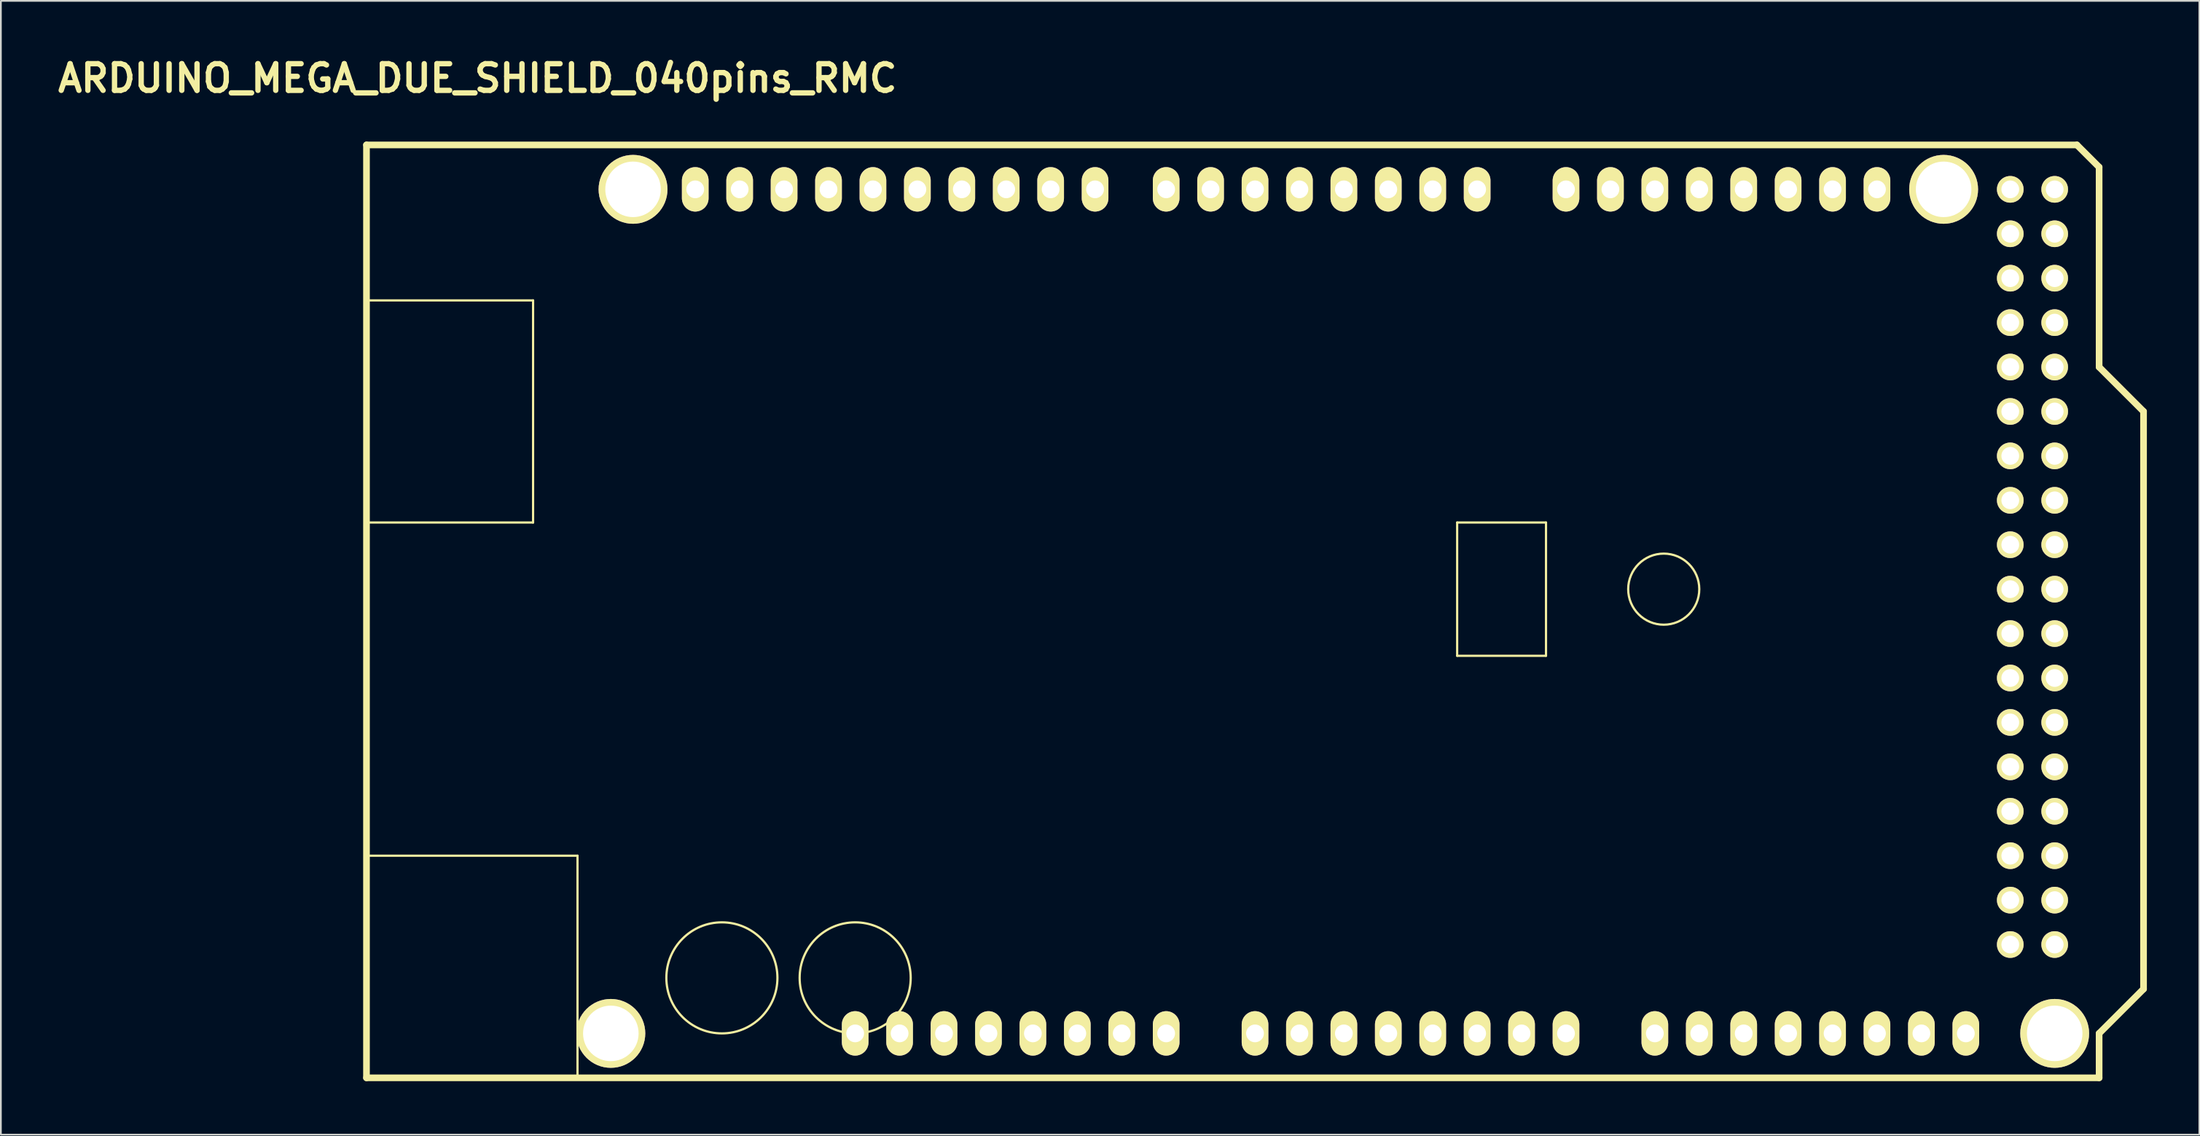
<source format=kicad_pcb>
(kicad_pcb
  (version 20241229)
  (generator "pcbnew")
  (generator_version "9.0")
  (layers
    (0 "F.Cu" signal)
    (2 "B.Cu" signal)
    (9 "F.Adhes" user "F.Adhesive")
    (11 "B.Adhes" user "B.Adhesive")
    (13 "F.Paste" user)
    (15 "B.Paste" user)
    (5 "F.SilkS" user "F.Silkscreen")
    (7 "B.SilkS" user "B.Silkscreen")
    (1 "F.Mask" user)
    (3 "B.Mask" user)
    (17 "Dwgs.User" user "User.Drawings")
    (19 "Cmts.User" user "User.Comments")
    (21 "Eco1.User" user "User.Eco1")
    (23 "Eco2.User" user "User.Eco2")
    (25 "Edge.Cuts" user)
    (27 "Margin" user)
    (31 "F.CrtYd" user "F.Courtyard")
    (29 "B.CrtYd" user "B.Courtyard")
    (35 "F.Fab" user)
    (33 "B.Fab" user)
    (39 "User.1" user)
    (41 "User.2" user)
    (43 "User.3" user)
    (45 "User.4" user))
  (footprint "ARDUINO_MEGA_DUE_SHIELD_040pins_RMC"
    (layer "F.Cu")
    (at 17.903 58.576)
    (property "Reference" "ARDUINO_MEGA_DUE_SHIELD_040pins_RMC" (at 6.35 -57.15 0) (layer "F.SilkS") (effects (font (size 1.524 1.524) (thickness 0.305))))
    (attr through_hole)
    (fp_line (start 0 -44.45) (end 9.525 -44.45) (stroke (width 0.127) (type solid)) (layer "F.SilkS"))
    (fp_line (start 0 -12.7) (end 12.065 -12.7) (stroke (width 0.127) (type solid)) (layer "F.SilkS"))
    (fp_line (start 0 0) (end 0 -53.34) (stroke (width 0.381) (type solid)) (layer "F.SilkS"))
    (fp_line (start 9.525 -44.45) (end 9.525 -31.75) (stroke (width 0.127) (type solid)) (layer "F.SilkS"))
    (fp_line (start 9.525 -31.75) (end 0 -31.75) (stroke (width 0.127) (type solid)) (layer "F.SilkS"))
    (fp_line (start 12.065 -12.7) (end 12.065 0) (stroke (width 0.127) (type solid)) (layer "F.SilkS"))
    (fp_line (start 62.357 -31.75) (end 62.357 -24.13) (stroke (width 0.127) (type solid)) (layer "F.SilkS"))
    (fp_line (start 62.357 -24.13) (end 67.437 -24.13) (stroke (width 0.127) (type solid)) (layer "F.SilkS"))
    (fp_line (start 67.437 -31.75) (end 62.357 -31.75) (stroke (width 0.127) (type solid)) (layer "F.SilkS"))
    (fp_line (start 67.437 -24.13) (end 67.437 -31.75) (stroke (width 0.127) (type solid)) (layer "F.SilkS"))
    (fp_line (start 97.79 -53.34) (end 0 -53.34) (stroke (width 0.381) (type solid)) (layer "F.SilkS"))
    (fp_line (start 99.06 -52.07) (end 97.79 -53.34) (stroke (width 0.381) (type solid)) (layer "F.SilkS"))
    (fp_line (start 99.06 -40.64) (end 99.06 -52.07) (stroke (width 0.381) (type solid)) (layer "F.SilkS"))
    (fp_line (start 99.06 -40.64) (end 101.6 -38.1) (stroke (width 0.381) (type solid)) (layer "F.SilkS"))
    (fp_line (start 99.06 -2.54) (end 99.06 0) (stroke (width 0.381) (type solid)) (layer "F.SilkS"))
    (fp_line (start 99.06 0) (end 0 0) (stroke (width 0.381) (type solid)) (layer "F.SilkS"))
    (fp_line (start 101.6 -38.1) (end 101.6 -5.08) (stroke (width 0.381) (type solid)) (layer "F.SilkS"))
    (fp_line (start 101.6 -5.08) (end 99.06 -2.54) (stroke (width 0.381) (type solid)) (layer "F.SilkS"))
    (fp_circle (center 20.32 -5.715) (end 23.495 -5.715) (stroke (width 0.127) (type solid)) (fill no) (layer "F.SilkS"))
    (fp_circle (center 27.94 -5.715) (end 31.115 -5.715) (stroke (width 0.127) (type solid)) (fill no) (layer "F.SilkS"))
    (fp_circle (center 74.168 -27.94) (end 76.2 -27.94) (stroke (width 0.127) (type solid)) (fill no) (layer "F.SilkS"))
    (pad "0" thru_hole oval (at 63.5 -50.8 90) (size 2.54 1.524) (drill 1.016) (layers "*.Cu" "*.Mask" "F.SilkS"))
    (pad "1" thru_hole oval (at 60.96 -50.8 90) (size 2.54 1.524) (drill 1.016) (layers "*.Cu" "*.Mask" "F.SilkS"))
    (pad "2" thru_hole oval (at 58.42 -50.8 90) (size 2.54 1.524) (drill 1.016) (layers "*.Cu" "*.Mask" "F.SilkS"))
    (pad "3" thru_hole oval (at 55.88 -50.8 90) (size 2.54 1.524) (drill 1.016) (layers "*.Cu" "*.Mask" "F.SilkS"))
    (pad "3V3" thru_hole oval (at 35.56 -2.54 90) (size 2.54 1.524) (drill 1.016) (layers "*.Cu" "*.Mask" "F.SilkS"))
    (pad "4" thru_hole oval (at 53.34 -50.8 90) (size 2.54 1.524) (drill 1.016) (layers "*.Cu" "*.Mask" "F.SilkS"))
    (pad "5" thru_hole oval (at 50.8 -50.8 90) (size 2.54 1.524) (drill 1.016) (layers "*.Cu" "*.Mask" "F.SilkS"))
    (pad "5V" thru_hole oval (at 38.1 -2.54 90) (size 2.54 1.524) (drill 1.016) (layers "*.Cu" "*.Mask" "F.SilkS"))
    (pad "5V_4" thru_hole circle (at 93.98 -50.8) (size 1.524 1.524) (drill 1.016) (layers "*.Cu" "*.Mask" "F.SilkS"))
    (pad "5V_5" thru_hole circle (at 96.52 -50.8) (size 1.524 1.524) (drill 1.016) (layers "*.Cu" "*.Mask" "F.SilkS"))
    (pad "6" thru_hole oval (at 48.26 -50.8 90) (size 2.54 1.524) (drill 1.016) (layers "*.Cu" "*.Mask" "F.SilkS"))
    (pad "7" thru_hole oval (at 45.72 -50.8 90) (size 2.54 1.524) (drill 1.016) (layers "*.Cu" "*.Mask" "F.SilkS"))
    (pad "8" thru_hole oval (at 41.656 -50.8 90) (size 2.54 1.524) (drill 1.016) (layers "*.Cu" "*.Mask" "F.SilkS"))
    (pad "9" thru_hole oval (at 39.116 -50.8 90) (size 2.54 1.524) (drill 1.016) (layers "*.Cu" "*.Mask" "F.SilkS"))
    (pad "10" thru_hole oval (at 36.576 -50.8 90) (size 2.54 1.524) (drill 1.016) (layers "*.Cu" "*.Mask" "F.SilkS"))
    (pad "11" thru_hole oval (at 34.036 -50.8 90) (size 2.54 1.524) (drill 1.016) (layers "*.Cu" "*.Mask" "F.SilkS"))
    (pad "12" thru_hole oval (at 31.496 -50.8 90) (size 2.54 1.524) (drill 1.016) (layers "*.Cu" "*.Mask" "F.SilkS"))
    (pad "13" thru_hole oval (at 28.956 -50.8 90) (size 2.54 1.524) (drill 1.016) (layers "*.Cu" "*.Mask" "F.SilkS"))
    (pad "14" thru_hole oval (at 68.58 -50.8 90) (size 2.54 1.524) (drill 1.016) (layers "*.Cu" "*.Mask" "F.SilkS"))
    (pad "15" thru_hole oval (at 71.12 -50.8 90) (size 2.54 1.524) (drill 1.016) (layers "*.Cu" "*.Mask" "F.SilkS"))
    (pad "16" thru_hole oval (at 73.66 -50.8 90) (size 2.54 1.524) (drill 1.016) (layers "*.Cu" "*.Mask" "F.SilkS"))
    (pad "17" thru_hole oval (at 76.2 -50.8 90) (size 2.54 1.524) (drill 1.016) (layers "*.Cu" "*.Mask" "F.SilkS"))
    (pad "18" thru_hole oval (at 78.74 -50.8 90) (size 2.54 1.524) (drill 1.016) (layers "*.Cu" "*.Mask" "F.SilkS"))
    (pad "19" thru_hole oval (at 81.28 -50.8 90) (size 2.54 1.524) (drill 1.016) (layers "*.Cu" "*.Mask" "F.SilkS"))
    (pad "20" thru_hole oval (at 83.82 -50.8 90) (size 2.54 1.524) (drill 1.016) (layers "*.Cu" "*.Mask" "F.SilkS"))
    (pad "21" thru_hole oval (at 86.36 -50.8 90) (size 2.54 1.524) (drill 1.016) (layers "*.Cu" "*.Mask" "F.SilkS"))
    (pad "22" thru_hole circle (at 93.98 -48.26) (size 1.524 1.524) (drill 1.016) (layers "*.Cu" "*.Mask" "F.SilkS"))
    (pad "23" thru_hole circle (at 96.52 -48.26) (size 1.524 1.524) (drill 1.016) (layers "*.Cu" "*.Mask" "F.SilkS"))
    (pad "24" thru_hole circle (at 93.98 -45.72) (size 1.524 1.524) (drill 1.016) (layers "*.Cu" "*.Mask" "F.SilkS"))
    (pad "25" thru_hole circle (at 96.52 -45.72) (size 1.524 1.524) (drill 1.016) (layers "*.Cu" "*.Mask" "F.SilkS"))
    (pad "26" thru_hole circle (at 93.98 -43.18) (size 1.524 1.524) (drill 1.016) (layers "*.Cu" "*.Mask" "F.SilkS"))
    (pad "27" thru_hole circle (at 96.52 -43.18) (size 1.524 1.524) (drill 1.016) (layers "*.Cu" "*.Mask" "F.SilkS"))
    (pad "28" thru_hole circle (at 93.98 -40.64) (size 1.524 1.524) (drill 1.016) (layers "*.Cu" "*.Mask" "F.SilkS"))
    (pad "29" thru_hole circle (at 96.52 -40.64) (size 1.524 1.524) (drill 1.016) (layers "*.Cu" "*.Mask" "F.SilkS"))
    (pad "30" thru_hole circle (at 93.98 -38.1) (size 1.524 1.524) (drill 1.016) (layers "*.Cu" "*.Mask" "F.SilkS"))
    (pad "31" thru_hole circle (at 96.52 -38.1) (size 1.524 1.524) (drill 1.016) (layers "*.Cu" "*.Mask" "F.SilkS"))
    (pad "32" thru_hole circle (at 93.98 -35.56) (size 1.524 1.524) (drill 1.016) (layers "*.Cu" "*.Mask" "F.SilkS"))
    (pad "33" thru_hole circle (at 96.52 -35.56) (size 1.524 1.524) (drill 1.016) (layers "*.Cu" "*.Mask" "F.SilkS"))
    (pad "34" thru_hole circle (at 93.98 -33.02) (size 1.524 1.524) (drill 1.016) (layers "*.Cu" "*.Mask" "F.SilkS"))
    (pad "35" thru_hole circle (at 96.52 -33.02) (size 1.524 1.524) (drill 1.016) (layers "*.Cu" "*.Mask" "F.SilkS"))
    (pad "36" thru_hole circle (at 93.98 -30.48) (size 1.524 1.524) (drill 1.016) (layers "*.Cu" "*.Mask" "F.SilkS"))
    (pad "37" thru_hole circle (at 96.52 -30.48) (size 1.524 1.524) (drill 1.016) (layers "*.Cu" "*.Mask" "F.SilkS"))
    (pad "38" thru_hole circle (at 93.98 -27.94) (size 1.524 1.524) (drill 1.016) (layers "*.Cu" "*.Mask" "F.SilkS"))
    (pad "39" thru_hole circle (at 96.52 -27.94) (size 1.524 1.524) (drill 1.016) (layers "*.Cu" "*.Mask" "F.SilkS"))
    (pad "40" thru_hole circle (at 93.98 -25.4) (size 1.524 1.524) (drill 1.016) (layers "*.Cu" "*.Mask" "F.SilkS"))
    (pad "41" thru_hole circle (at 96.52 -25.4) (size 1.524 1.524) (drill 1.016) (layers "*.Cu" "*.Mask" "F.SilkS"))
    (pad "42" thru_hole circle (at 93.98 -22.86) (size 1.524 1.524) (drill 1.016) (layers "*.Cu" "*.Mask" "F.SilkS"))
    (pad "43" thru_hole circle (at 96.52 -22.86) (size 1.524 1.524) (drill 1.016) (layers "*.Cu" "*.Mask" "F.SilkS"))
    (pad "44" thru_hole circle (at 93.98 -20.32) (size 1.524 1.524) (drill 1.016) (layers "*.Cu" "*.Mask" "F.SilkS"))
    (pad "45" thru_hole circle (at 96.52 -20.32) (size 1.524 1.524) (drill 1.016) (layers "*.Cu" "*.Mask" "F.SilkS"))
    (pad "46" thru_hole circle (at 93.98 -17.78) (size 1.524 1.524) (drill 1.016) (layers "*.Cu" "*.Mask" "F.SilkS"))
    (pad "47" thru_hole circle (at 96.52 -17.78) (size 1.524 1.524) (drill 1.016) (layers "*.Cu" "*.Mask" "F.SilkS"))
    (pad "48" thru_hole circle (at 93.98 -15.24) (size 1.524 1.524) (drill 1.016) (layers "*.Cu" "*.Mask" "F.SilkS"))
    (pad "49" thru_hole circle (at 96.52 -15.24) (size 1.524 1.524) (drill 1.016) (layers "*.Cu" "*.Mask" "F.SilkS"))
    (pad "50" thru_hole circle (at 93.98 -12.7) (size 1.524 1.524) (drill 1.016) (layers "*.Cu" "*.Mask" "F.SilkS"))
    (pad "51" thru_hole circle (at 96.52 -12.7) (size 1.524 1.524) (drill 1.016) (layers "*.Cu" "*.Mask" "F.SilkS"))
    (pad "52" thru_hole circle (at 93.98 -10.16) (size 1.524 1.524) (drill 1.016) (layers "*.Cu" "*.Mask" "F.SilkS"))
    (pad "53" thru_hole circle (at 96.52 -10.16) (size 1.524 1.524) (drill 1.016) (layers "*.Cu" "*.Mask" "F.SilkS"))
    (pad "AD0" thru_hole oval (at 50.8 -2.54 90) (size 2.54 1.524) (drill 1.016) (layers "*.Cu" "*.Mask" "F.SilkS"))
    (pad "AD1" thru_hole oval (at 53.34 -2.54 90) (size 2.54 1.524) (drill 1.016) (layers "*.Cu" "*.Mask" "F.SilkS"))
    (pad "AD2" thru_hole oval (at 55.88 -2.54 90) (size 2.54 1.524) (drill 1.016) (layers "*.Cu" "*.Mask" "F.SilkS"))
    (pad "AD3" thru_hole oval (at 58.42 -2.54 90) (size 2.54 1.524) (drill 1.016) (layers "*.Cu" "*.Mask" "F.SilkS"))
    (pad "AD4" thru_hole oval (at 60.96 -2.54 90) (size 2.54 1.524) (drill 1.016) (layers "*.Cu" "*.Mask" "F.SilkS"))
    (pad "AD5" thru_hole oval (at 63.5 -2.54 90) (size 2.54 1.524) (drill 1.016) (layers "*.Cu" "*.Mask" "F.SilkS"))
    (pad "AD6" thru_hole oval (at 66.04 -2.54 90) (size 2.54 1.524) (drill 1.016) (layers "*.Cu" "*.Mask" "F.SilkS"))
    (pad "AD7" thru_hole oval (at 68.58 -2.54 90) (size 2.54 1.524) (drill 1.016) (layers "*.Cu" "*.Mask" "F.SilkS"))
    (pad "AD8" thru_hole oval (at 73.66 -2.54 90) (size 2.54 1.524) (drill 1.016) (layers "*.Cu" "*.Mask" "F.SilkS"))
    (pad "AD9" thru_hole oval (at 76.2 -2.54 90) (size 2.54 1.524) (drill 1.016) (layers "*.Cu" "*.Mask" "F.SilkS"))
    (pad "AD10" thru_hole oval (at 78.74 -2.54 90) (size 2.54 1.524) (drill 1.016) (layers "*.Cu" "*.Mask" "F.SilkS"))
    (pad "AD11" thru_hole oval (at 81.28 -2.54 90) (size 2.54 1.524) (drill 1.016) (layers "*.Cu" "*.Mask" "F.SilkS"))
    (pad "AD12" thru_hole oval (at 83.82 -2.54 90) (size 2.54 1.524) (drill 1.016) (layers "*.Cu" "*.Mask" "F.SilkS"))
    (pad "AD13" thru_hole oval (at 86.36 -2.54 90) (size 2.54 1.524) (drill 1.016) (layers "*.Cu" "*.Mask" "F.SilkS"))
    (pad "AD14" thru_hole oval (at 88.9 -2.54 90) (size 2.54 1.524) (drill 1.016) (layers "*.Cu" "*.Mask" "F.SilkS"))
    (pad "AD15" thru_hole oval (at 91.44 -2.54 90) (size 2.54 1.524) (drill 1.016) (layers "*.Cu" "*.Mask" "F.SilkS"))
    (pad "AREF" thru_hole oval (at 23.876 -50.8 90) (size 2.54 1.524) (drill 1.016) (layers "*.Cu" "*.Mask" "F.SilkS"))
    (pad "GND1" thru_hole circle (at 13.97 -2.54 90) (size 3.937 3.937) (drill 3.175) (layers "*.Cu" "*.Mask" "F.SilkS"))
    (pad "GND1" thru_hole circle (at 15.24 -50.8 90) (size 3.937 3.937) (drill 3.175) (layers "*.Cu" "*.Mask" "F.SilkS"))
    (pad "GND1" thru_hole oval (at 40.64 -2.54 90) (size 2.54 1.524) (drill 1.016) (layers "*.Cu" "*.Mask" "F.SilkS"))
    (pad "GND1" thru_hole circle (at 90.17 -50.8 90) (size 3.937 3.937) (drill 3.175) (layers "*.Cu" "*.Mask" "F.SilkS"))
    (pad "GND1" thru_hole circle (at 96.52 -2.54 90) (size 3.937 3.937) (drill 3.175) (layers "*.Cu" "*.Mask" "F.SilkS"))
    (pad "GND2" thru_hole oval (at 43.18 -2.54 90) (size 2.54 1.524) (drill 1.016) (layers "*.Cu" "*.Mask" "F.SilkS"))
    (pad "GND3" thru_hole oval (at 26.416 -50.8 90) (size 2.54 1.524) (drill 1.016) (layers "*.Cu" "*.Mask" "F.SilkS"))
    (pad "GND4" thru_hole circle (at 93.98 -7.62) (size 1.524 1.524) (drill 1.016) (layers "*.Cu" "*.Mask" "F.SilkS"))
    (pad "GND5" thru_hole circle (at 96.52 -7.62) (size 1.524 1.524) (drill 1.016) (layers "*.Cu" "*.Mask" "F.SilkS"))
    (pad "IORF" thru_hole oval (at 30.48 -2.54 90) (size 2.54 1.524) (drill 1.016) (layers "*.Cu" "*.Mask" "F.SilkS"))
    (pad "NC1" thru_hole oval (at 27.94 -2.54 90) (size 2.54 1.524) (drill 1.016) (layers "*.Cu" "*.Mask" "F.SilkS"))
    (pad "RST" thru_hole oval (at 33.02 -2.54 90) (size 2.54 1.524) (drill 1.016) (layers "*.Cu" "*.Mask" "F.SilkS"))
    (pad "SCL1" thru_hole oval (at 18.796 -50.8 90) (size 2.54 1.524) (drill 1.016) (layers "*.Cu" "*.Mask" "F.SilkS"))
    (pad "SDA1" thru_hole oval (at 21.336 -50.8 90) (size 2.54 1.524) (drill 1.016) (layers "*.Cu" "*.Mask" "F.SilkS"))
    (pad "V_IN" thru_hole oval (at 45.72 -2.54 90) (size 2.54 1.524) (drill 1.016) (layers "*.Cu" "*.Mask" "F.SilkS")))
  (gr_rect
    (start -3 -3)
    (end 122.694 61.826)
    (stroke (width 0.1) (type default))
    (fill no)
    (layer "Edge.Cuts")))
</source>
